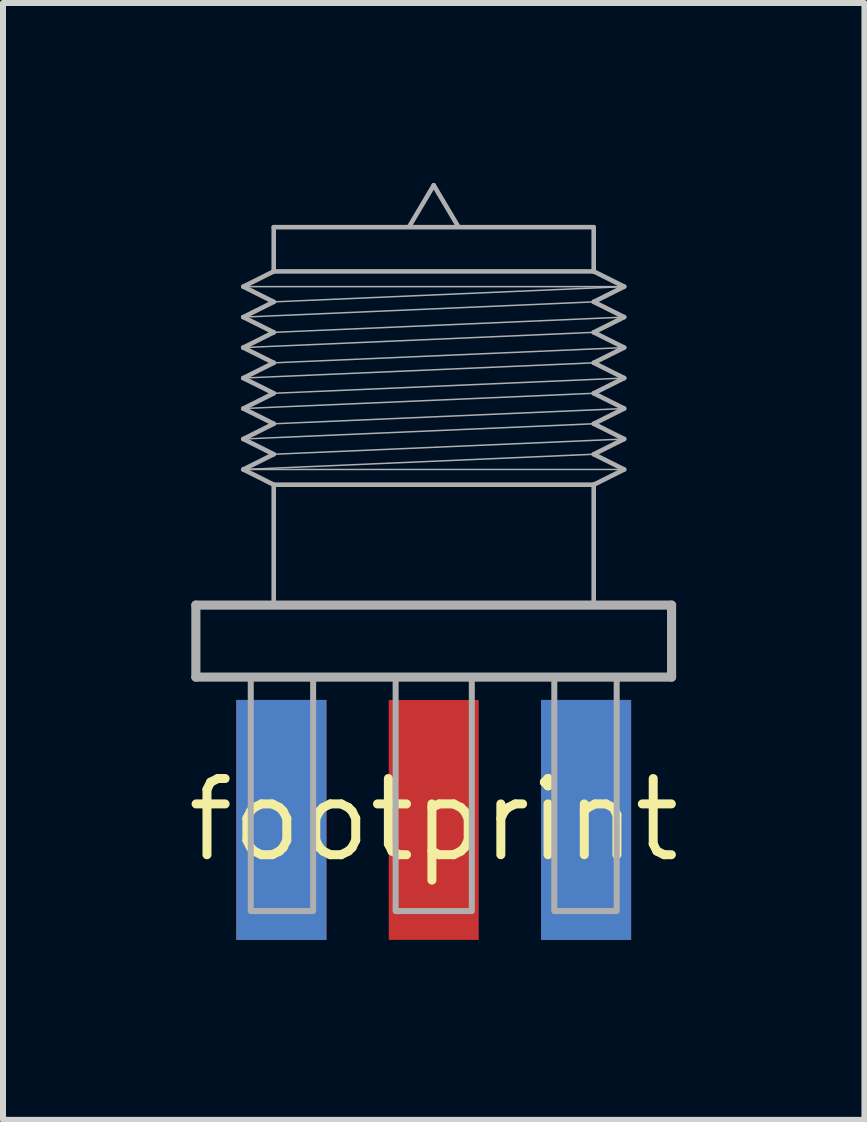
<source format=kicad_pcb>
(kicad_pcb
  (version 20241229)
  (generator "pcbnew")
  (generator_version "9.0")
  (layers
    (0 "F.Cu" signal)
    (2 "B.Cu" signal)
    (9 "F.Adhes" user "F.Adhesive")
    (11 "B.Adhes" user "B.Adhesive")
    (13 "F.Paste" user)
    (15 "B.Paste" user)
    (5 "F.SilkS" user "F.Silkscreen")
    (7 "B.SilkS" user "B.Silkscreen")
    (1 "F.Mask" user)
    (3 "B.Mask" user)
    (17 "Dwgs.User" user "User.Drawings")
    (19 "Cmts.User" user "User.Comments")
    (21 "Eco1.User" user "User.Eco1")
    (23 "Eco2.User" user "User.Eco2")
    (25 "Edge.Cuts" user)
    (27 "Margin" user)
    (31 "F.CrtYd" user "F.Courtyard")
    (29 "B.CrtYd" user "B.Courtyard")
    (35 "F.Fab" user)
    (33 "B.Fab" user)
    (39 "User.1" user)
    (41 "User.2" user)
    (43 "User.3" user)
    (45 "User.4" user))
  (footprint "footprint"
    (layer "F.Cu")
    (at 4.18 10.618)
    (property "Reference" "footprint" (at 0 0 0) (layer "F.SilkS") (effects (font (size 1.27 1.27) (thickness 0.15))))
    (fp_line (start -3.965 -3.581) (end 3.965 -3.581) (stroke (width 0.152) (type solid)) (layer "F.Fab"))
    (fp_line (start -3.965 -2.381) (end -3.965 -3.581) (stroke (width 0.152) (type solid)) (layer "F.Fab"))
    (fp_line (start -3.175 -8.89) (end -2.667 -9.144) (stroke (width 0.076) (type solid)) (layer "F.Fab"))
    (fp_line (start -3.175 -8.382) (end -2.667 -8.636) (stroke (width 0.076) (type solid)) (layer "F.Fab"))
    (fp_line (start -3.175 -8.382) (end 2.667 -8.636) (stroke (width 0.025) (type solid)) (layer "F.Fab"))
    (fp_line (start -3.175 -7.874) (end -2.667 -8.128) (stroke (width 0.076) (type solid)) (layer "F.Fab"))
    (fp_line (start -3.175 -7.874) (end -2.667 -7.62) (stroke (width 0.076) (type solid)) (layer "F.Fab"))
    (fp_line (start -3.175 -7.874) (end 2.667 -8.128) (stroke (width 0.025) (type solid)) (layer "F.Fab"))
    (fp_line (start -3.175 -7.366) (end -2.667 -7.62) (stroke (width 0.076) (type solid)) (layer "F.Fab"))
    (fp_line (start -3.175 -7.366) (end 2.667 -7.62) (stroke (width 0.025) (type solid)) (layer "F.Fab"))
    (fp_line (start -3.175 -6.858) (end -2.667 -7.112) (stroke (width 0.076) (type solid)) (layer "F.Fab"))
    (fp_line (start -3.175 -6.858) (end 2.667 -7.112) (stroke (width 0.025) (type solid)) (layer "F.Fab"))
    (fp_line (start -3.175 -6.35) (end -2.667 -6.604) (stroke (width 0.076) (type solid)) (layer "F.Fab"))
    (fp_line (start -3.175 -6.35) (end 2.667 -6.604) (stroke (width 0.025) (type solid)) (layer "F.Fab"))
    (fp_line (start -3.175 -5.842) (end -2.667 -6.096) (stroke (width 0.076) (type solid)) (layer "F.Fab"))
    (fp_line (start -3.175 -5.842) (end 2.667 -6.096) (stroke (width 0.025) (type solid)) (layer "F.Fab"))
    (fp_line (start -3.175 -5.842) (end 3.175 -5.842) (stroke (width 0.025) (type solid)) (layer "F.Fab"))
    (fp_line (start -2.667 -9.881) (end 2.667 -9.881) (stroke (width 0.076) (type solid)) (layer "F.Fab"))
    (fp_line (start -2.667 -9.144) (end -2.667 -9.881) (stroke (width 0.076) (type solid)) (layer "F.Fab"))
    (fp_line (start -2.667 -9.144) (end 2.667 -9.144) (stroke (width 0.076) (type solid)) (layer "F.Fab"))
    (fp_line (start -2.667 -8.636) (end -3.175 -8.89) (stroke (width 0.076) (type solid)) (layer "F.Fab"))
    (fp_line (start -2.667 -8.636) (end 3.175 -8.89) (stroke (width 0.025) (type solid)) (layer "F.Fab"))
    (fp_line (start -2.667 -8.128) (end -3.175 -8.382) (stroke (width 0.076) (type solid)) (layer "F.Fab"))
    (fp_line (start -2.667 -8.128) (end 3.175 -8.382) (stroke (width 0.025) (type solid)) (layer "F.Fab"))
    (fp_line (start -2.667 -7.62) (end 3.175 -7.874) (stroke (width 0.025) (type solid)) (layer "F.Fab"))
    (fp_line (start -2.667 -7.112) (end -3.175 -7.366) (stroke (width 0.076) (type solid)) (layer "F.Fab"))
    (fp_line (start -2.667 -7.112) (end 3.175 -7.366) (stroke (width 0.025) (type solid)) (layer "F.Fab"))
    (fp_line (start -2.667 -6.604) (end -3.175 -6.858) (stroke (width 0.076) (type solid)) (layer "F.Fab"))
    (fp_line (start -2.667 -6.604) (end 3.175 -6.858) (stroke (width 0.025) (type solid)) (layer "F.Fab"))
    (fp_line (start -2.667 -6.096) (end -3.175 -6.35) (stroke (width 0.076) (type solid)) (layer "F.Fab"))
    (fp_line (start -2.667 -6.096) (end 3.175 -6.35) (stroke (width 0.025) (type solid)) (layer "F.Fab"))
    (fp_line (start -2.667 -5.588) (end -3.175 -5.842) (stroke (width 0.076) (type solid)) (layer "F.Fab"))
    (fp_line (start -2.667 -5.588) (end 2.667 -5.588) (stroke (width 0.076) (type solid)) (layer "F.Fab"))
    (fp_line (start -2.667 -3.581) (end -2.667 -5.588) (stroke (width 0.076) (type solid)) (layer "F.Fab"))
    (fp_line (start -0.4 -9.906) (end 0 -10.58) (stroke (width 0.076) (type solid)) (layer "F.Fab"))
    (fp_line (start 0 -10.58) (end 0.4 -9.906) (stroke (width 0.076) (type solid)) (layer "F.Fab"))
    (fp_line (start 2.667 -9.881) (end 2.667 -9.144) (stroke (width 0.076) (type solid)) (layer "F.Fab"))
    (fp_line (start 2.667 -9.144) (end 3.175 -8.89) (stroke (width 0.076) (type solid)) (layer "F.Fab"))
    (fp_line (start 2.667 -8.636) (end 3.175 -8.382) (stroke (width 0.076) (type solid)) (layer "F.Fab"))
    (fp_line (start 2.667 -8.128) (end 3.175 -7.874) (stroke (width 0.076) (type solid)) (layer "F.Fab"))
    (fp_line (start 2.667 -7.62) (end 3.175 -7.366) (stroke (width 0.076) (type solid)) (layer "F.Fab"))
    (fp_line (start 2.667 -7.112) (end 3.175 -6.858) (stroke (width 0.076) (type solid)) (layer "F.Fab"))
    (fp_line (start 2.667 -6.604) (end 3.175 -6.35) (stroke (width 0.076) (type solid)) (layer "F.Fab"))
    (fp_line (start 2.667 -6.096) (end 3.175 -5.842) (stroke (width 0.076) (type solid)) (layer "F.Fab"))
    (fp_line (start 2.667 -5.588) (end 2.667 -3.556) (stroke (width 0.076) (type solid)) (layer "F.Fab"))
    (fp_line (start 3.175 -8.89) (end -3.175 -8.89) (stroke (width 0.025) (type solid)) (layer "F.Fab"))
    (fp_line (start 3.175 -8.89) (end 2.667 -8.636) (stroke (width 0.076) (type solid)) (layer "F.Fab"))
    (fp_line (start 3.175 -8.382) (end 2.667 -8.128) (stroke (width 0.076) (type solid)) (layer "F.Fab"))
    (fp_line (start 3.175 -7.874) (end 2.667 -7.62) (stroke (width 0.076) (type solid)) (layer "F.Fab"))
    (fp_line (start 3.175 -7.366) (end 2.667 -7.112) (stroke (width 0.076) (type solid)) (layer "F.Fab"))
    (fp_line (start 3.175 -6.858) (end 2.667 -6.604) (stroke (width 0.076) (type solid)) (layer "F.Fab"))
    (fp_line (start 3.175 -6.35) (end 2.667 -6.096) (stroke (width 0.076) (type solid)) (layer "F.Fab"))
    (fp_line (start 3.175 -5.842) (end 2.667 -5.588) (stroke (width 0.076) (type solid)) (layer "F.Fab"))
    (fp_line (start 3.965 -3.581) (end 3.965 -2.381) (stroke (width 0.152) (type solid)) (layer "F.Fab"))
    (fp_line (start 3.965 -2.381) (end -3.965 -2.381) (stroke (width 0.152) (type solid)) (layer "F.Fab"))
    (fp_poly (pts (xy -3.05 1.519) (xy -2.01 1.519) (xy -2.01 -2.381) (xy -3.05 -2.381)) (stroke (width 0.1) (type solid)) (fill no) (layer "F.Fab"))
    (fp_poly (pts (xy -0.635 1.519) (xy 0.635 1.519) (xy 0.635 -2.381) (xy -0.635 -2.381)) (stroke (width 0.1) (type solid)) (fill no) (layer "F.Fab"))
    (fp_poly (pts (xy 2.01 1.519) (xy 3.05 1.519) (xy 3.05 -2.381) (xy 2.01 -2.381)) (stroke (width 0.1) (type solid)) (fill no) (layer "F.Fab"))
    (pad "GND@0" smd rect (at -2.54 0) (size 1.5 4) (layers "F.Cu" "F.Mask"))
    (pad "GND@1" smd rect (at 2.54 0) (size 1.5 4) (layers "F.Cu" "F.Mask"))
    (pad "GND@2" smd rect (at -2.54 0) (size 1.5 4) (layers "*.Cu" "*.Mask"))
    (pad "GND@3" smd rect (at 2.54 0) (size 1.5 4) (layers "*.Cu" "*.Mask"))
    (pad "SIG" smd rect (at 0 0) (size 1.5 4) (layers "F.Cu" "F.Mask")))
  (gr_rect
    (start -3 -3)
    (end 11.36 15.618)
    (stroke (width 0.1) (type default))
    (fill no)
    (layer "Edge.Cuts")))
</source>
